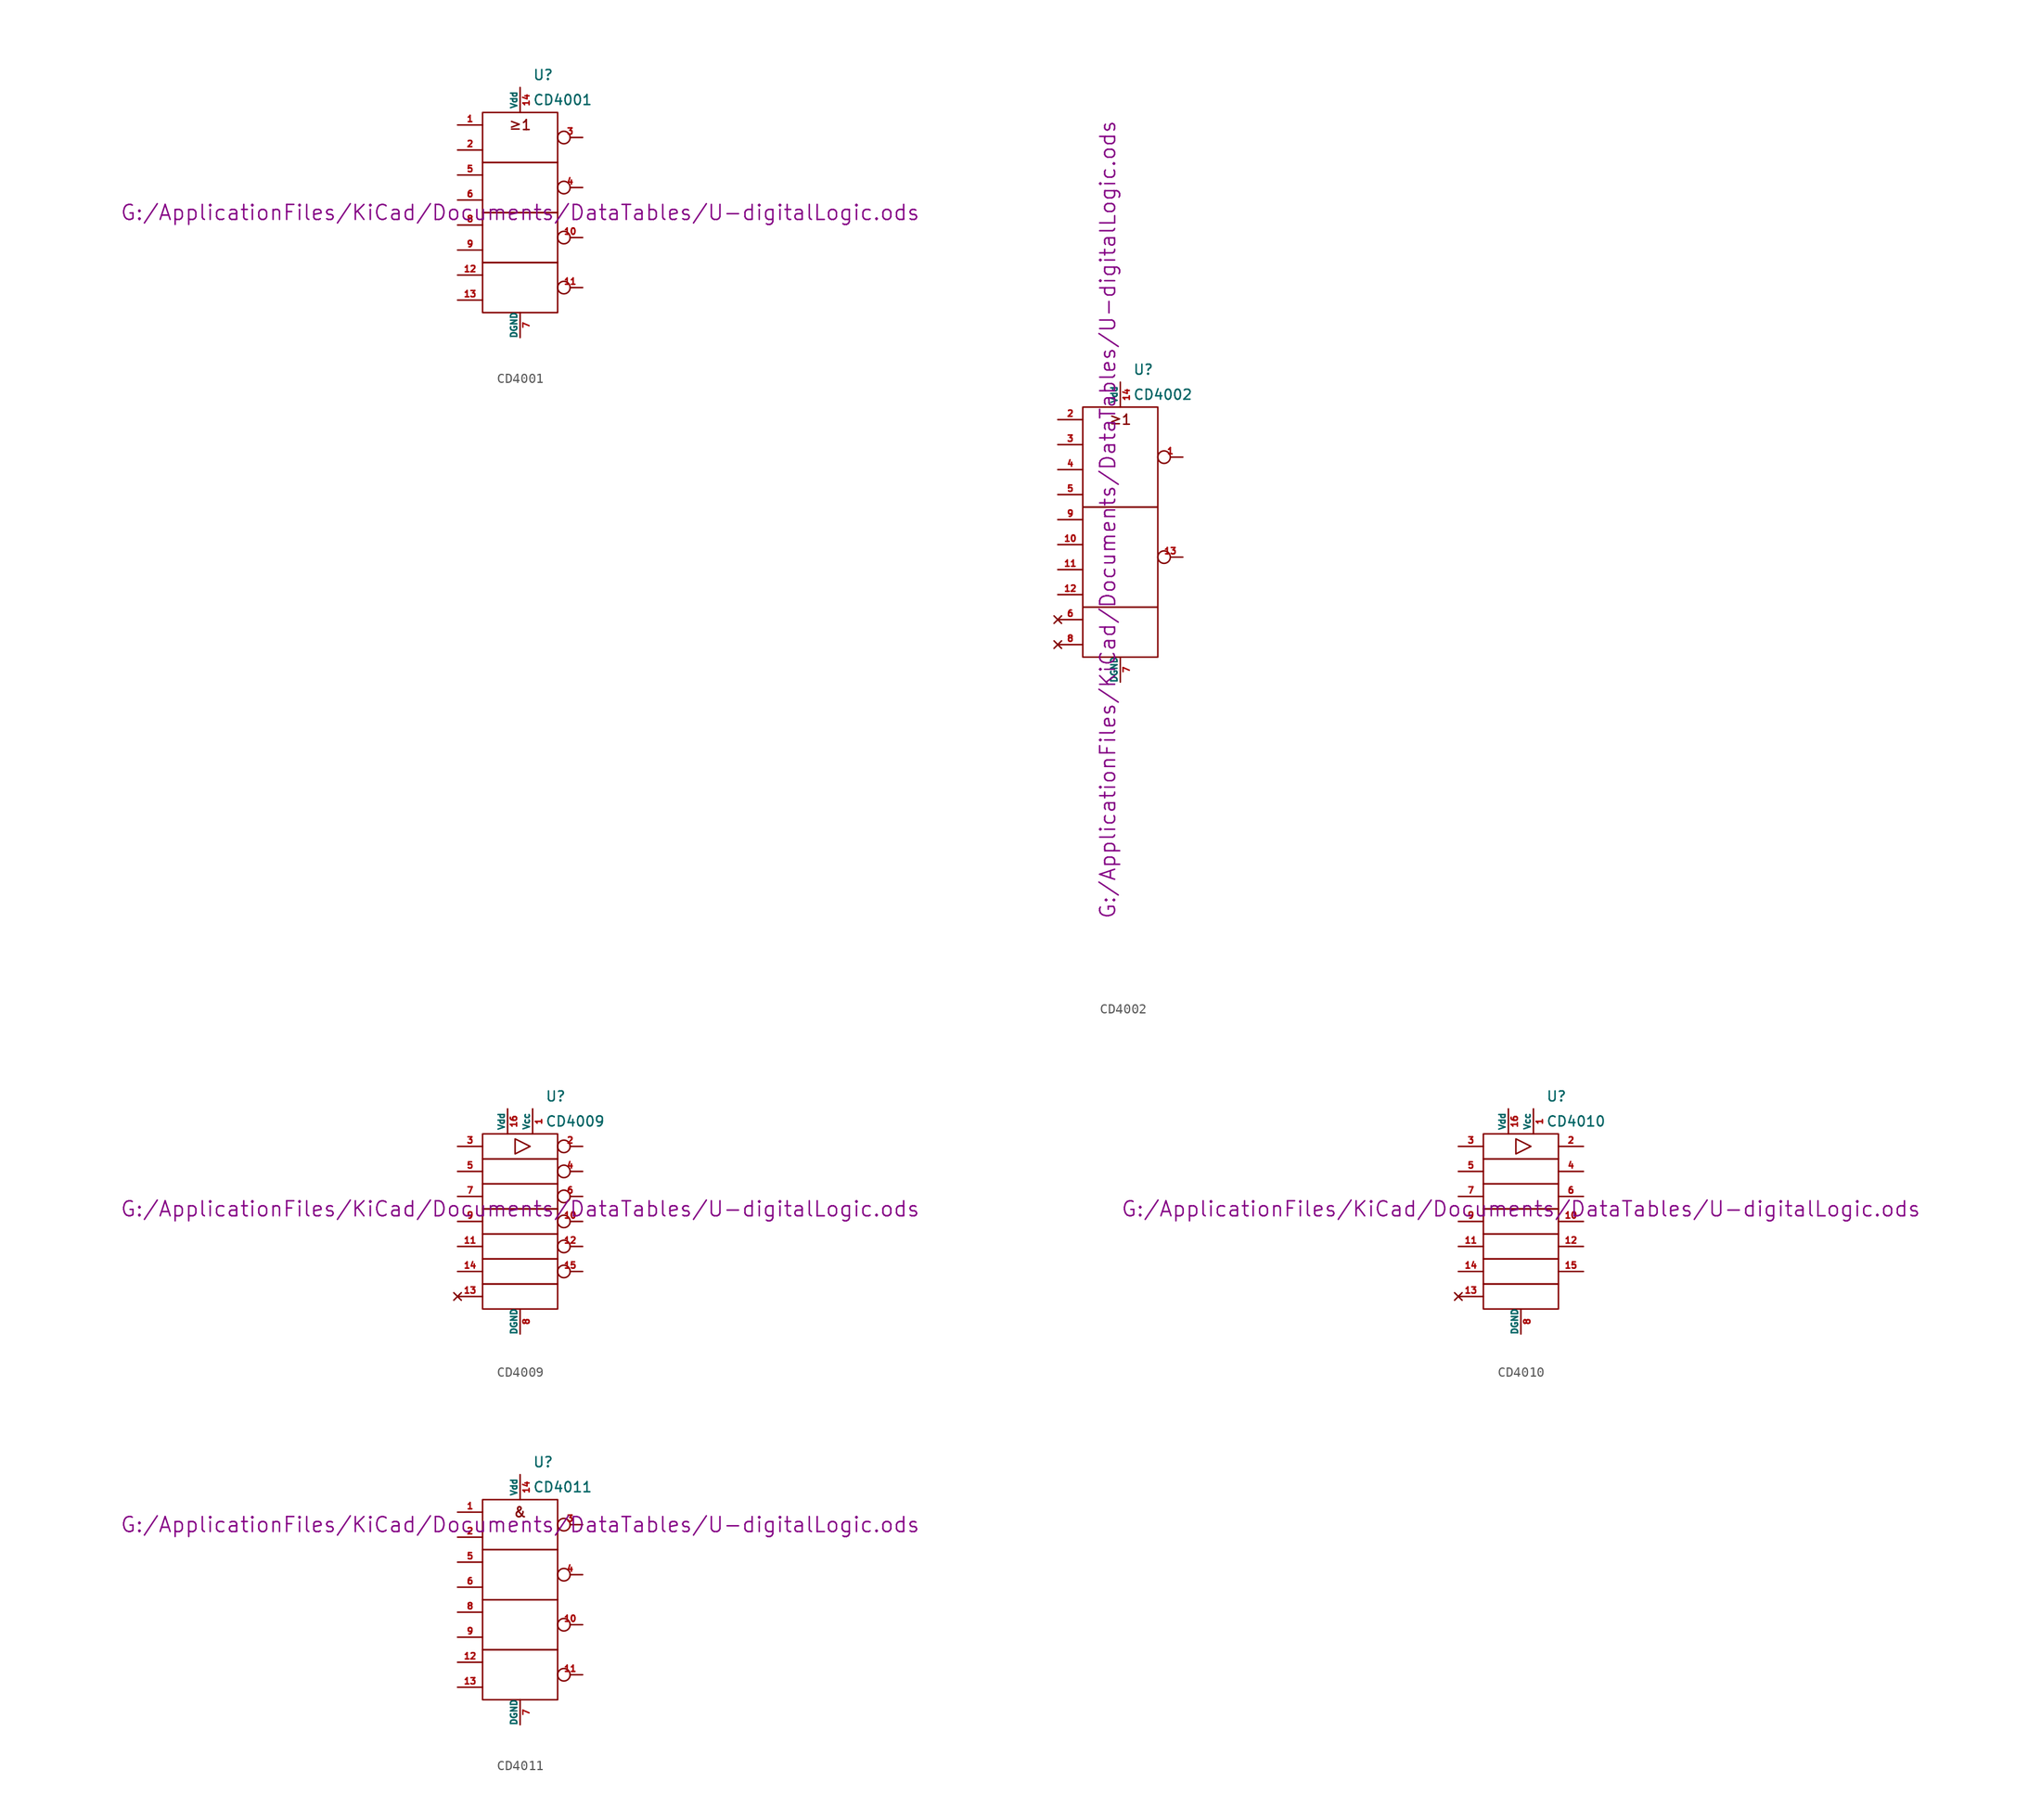
<source format=kicad_sym>
(kicad_symbol_lib
  (version 20211014)
  (generator kicad_symbol_editor)
  (symbol "CD4001"
    (pin_names
      (offset 0))
    (property "Reference" "U"
      (at 1.27 13.97 0)
      (effects (font (size 1.016 1.016)) (justify left)))
    (property "Value" "CD4001"
      (at 1.27 11.43 0)
      (effects (font (size 1.016 1.016)) (justify left)))
    (property "Footprint" ""
      (at 0 0 0)
      (effects (font (size 1.524 1.524))))
    (property "Datasheet" "G:/ApplicationFiles/KiCad/Documents/DataTables/U-digitalLogic.ods"
      (at 0 0 0)
      (effects (font (size 1.524 1.524))))
    (symbol "CD4001_0_0"
      (text "≥1" (at 0 8.89 0) (effects (font (size 1.016 1.016)))))
    (symbol "CD4001_0_1"
      (rectangle (start -3.81 -5.08) (end 3.81 -10.16) (stroke (width 0) (type default) (color 0 0 0 0)) (fill (type none)))
      (rectangle (start -3.81 0) (end 3.81 -5.08) (stroke (width 0) (type default) (color 0 0 0 0)) (fill (type none)))
      (rectangle (start -3.81 5.08) (end 3.81 0) (stroke (width 0) (type default) (color 0 0 0 0)) (fill (type none)))
      (rectangle (start -3.81 10.16) (end 3.81 5.08) (stroke (width 0) (type default) (color 0 0 0 0)) (fill (type none))))
    (symbol "CD4001_1_1"
      (pin input line (at -6.35 8.89 0) (length 2.54) (name "~" (effects (font (size 0.635 0.635)))) (number "1" (effects (font (size 0.635 0.635)))))
      (pin output inverted (at 6.35 -2.54 180) (length 2.54) (name "~" (effects (font (size 0.635 0.635)))) (number "10" (effects (font (size 0.635 0.635)))))
      (pin output inverted (at 6.35 -7.62 180) (length 2.54) (name "~" (effects (font (size 0.635 0.635)))) (number "11" (effects (font (size 0.635 0.635)))))
      (pin input line (at -6.35 -6.35 0) (length 2.54) (name "~" (effects (font (size 0.635 0.635)))) (number "12" (effects (font (size 0.635 0.635)))))
      (pin input line (at -6.35 -8.89 0) (length 2.54) (name "~" (effects (font (size 0.635 0.635)))) (number "13" (effects (font (size 0.635 0.635)))))
      (pin power_in line (at 0 12.7 270) (length 2.54) (name "Vdd" (effects (font (size 0.635 0.635)))) (number "14" (effects (font (size 0.635 0.635)))))
      (pin input line (at -6.35 6.35 0) (length 2.54) (name "~" (effects (font (size 0.635 0.635)))) (number "2" (effects (font (size 0.635 0.635)))))
      (pin output inverted (at 6.35 7.62 180) (length 2.54) (name "~" (effects (font (size 0.635 0.635)))) (number "3" (effects (font (size 0.635 0.635)))))
      (pin output inverted (at 6.35 2.54 180) (length 2.54) (name "~" (effects (font (size 0.635 0.635)))) (number "4" (effects (font (size 0.635 0.635)))))
      (pin input line (at -6.35 3.81 0) (length 2.54) (name "~" (effects (font (size 0.635 0.635)))) (number "5" (effects (font (size 0.635 0.635)))))
      (pin input line (at -6.35 1.27 0) (length 2.54) (name "~" (effects (font (size 0.635 0.635)))) (number "6" (effects (font (size 0.635 0.635)))))
      (pin power_in line (at 0 -12.7 90) (length 2.54) (name "DGND" (effects (font (size 0.635 0.635)))) (number "7" (effects (font (size 0.635 0.635)))))
      (pin input line (at -6.35 -1.27 0) (length 2.54) (name "~" (effects (font (size 0.635 0.635)))) (number "8" (effects (font (size 0.635 0.635)))))
      (pin input line (at -6.35 -3.81 0) (length 2.54) (name "~" (effects (font (size 0.635 0.635)))) (number "9" (effects (font (size 0.635 0.635)))))))
  (symbol "CD4002"
    (pin_names
      (offset 0))
    (property "Reference" "U"
      (at 1.27 16.51 0)
      (effects (font (size 1.016 1.016)) (justify left)))
    (property "Value" "CD4002"
      (at 1.27 13.97 0)
      (effects (font (size 1.016 1.016)) (justify left)))
    (property "Footprint" ""
      (at -1.27 1.27 90)
      (effects (font (size 1.524 1.524))))
    (property "Datasheet" "G:/ApplicationFiles/KiCad/Documents/DataTables/U-digitalLogic.ods"
      (at -1.27 1.27 90)
      (effects (font (size 1.524 1.524))))
    (symbol "CD4002_0_0"
      (rectangle (start -3.81 2.54) (end 3.81 -7.62) (stroke (width 0) (type default) (color 0 0 0 0)) (fill (type none)))
      (rectangle (start -3.81 12.7) (end 3.81 2.54) (stroke (width 0) (type default) (color 0 0 0 0)) (fill (type none)))
      (text "≥1" (at 0 11.43 0) (effects (font (size 1.016 1.016)))))
    (symbol "CD4002_0_1"
      (rectangle (start -3.81 -7.62) (end 3.81 -12.7) (stroke (width 0) (type default) (color 0 0 0 0)) (fill (type none))))
    (symbol "CD4002_1_1"
      (pin output inverted (at 6.35 7.62 180) (length 2.54) (name "~" (effects (font (size 0.635 0.635)))) (number "1" (effects (font (size 0.635 0.635)))))
      (pin input line (at -6.35 -1.27 0) (length 2.54) (name "~" (effects (font (size 0.635 0.635)))) (number "10" (effects (font (size 0.635 0.635)))))
      (pin input line (at -6.35 -3.81 0) (length 2.54) (name "~" (effects (font (size 0.635 0.635)))) (number "11" (effects (font (size 0.635 0.635)))))
      (pin input line (at -6.35 -6.35 0) (length 2.54) (name "~" (effects (font (size 0.635 0.635)))) (number "12" (effects (font (size 0.635 0.635)))))
      (pin output inverted (at 6.35 -2.54 180) (length 2.54) (name "~" (effects (font (size 0.635 0.635)))) (number "13" (effects (font (size 0.635 0.635)))))
      (pin power_in line (at 0 15.24 270) (length 2.54) (name "Vdd" (effects (font (size 0.635 0.635)))) (number "14" (effects (font (size 0.635 0.635)))))
      (pin input line (at -6.35 11.43 0) (length 2.54) (name "~" (effects (font (size 0.635 0.635)))) (number "2" (effects (font (size 0.635 0.635)))))
      (pin input line (at -6.35 8.89 0) (length 2.54) (name "~" (effects (font (size 0.635 0.635)))) (number "3" (effects (font (size 0.635 0.635)))))
      (pin input line (at -6.35 6.35 0) (length 2.54) (name "~" (effects (font (size 0.635 0.635)))) (number "4" (effects (font (size 0.635 0.635)))))
      (pin input line (at -6.35 3.81 0) (length 2.54) (name "~" (effects (font (size 0.635 0.635)))) (number "5" (effects (font (size 0.635 0.635)))))
      (pin no_connect line (at -6.35 -8.89 0) (length 2.54) (name "~" (effects (font (size 0.635 0.635)))) (number "6" (effects (font (size 0.635 0.635)))))
      (pin power_in line (at 0 -15.24 90) (length 2.54) (name "DGND" (effects (font (size 0.635 0.635)))) (number "7" (effects (font (size 0.635 0.635)))))
      (pin no_connect line (at -6.35 -11.43 0) (length 2.54) (name "~" (effects (font (size 0.635 0.635)))) (number "8" (effects (font (size 0.635 0.635)))))
      (pin input line (at -6.35 1.27 0) (length 2.54) (name "~" (effects (font (size 0.635 0.635)))) (number "9" (effects (font (size 0.635 0.635)))))))
  (symbol "CD4009"
    (pin_names
      (offset 0))
    (property "Reference" "U"
      (at 2.54 12.7 0)
      (effects (font (size 1.016 1.016)) (justify left)))
    (property "Value" "CD4009"
      (at 2.54 10.16 0)
      (effects (font (size 1.016 1.016)) (justify left)))
    (property "Footprint" ""
      (at 0 1.27 0)
      (effects (font (size 1.524 1.524))))
    (property "Datasheet" "G:/ApplicationFiles/KiCad/Documents/DataTables/U-digitalLogic.ods"
      (at 0 1.27 0)
      (effects (font (size 1.524 1.524))))
    (symbol "CD4009_0_1"
      (rectangle (start -3.81 -6.35) (end 3.81 -8.89) (stroke (width 0) (type default) (color 0 0 0 0)) (fill (type none)))
      (rectangle (start -3.81 -3.81) (end 3.81 -6.35) (stroke (width 0) (type default) (color 0 0 0 0)) (fill (type none)))
      (rectangle (start -3.81 -1.27) (end 3.81 -3.81) (stroke (width 0) (type default) (color 0 0 0 0)) (fill (type none)))
      (rectangle (start -3.81 1.27) (end 3.81 -1.27) (stroke (width 0) (type default) (color 0 0 0 0)) (fill (type none)))
      (rectangle (start -3.81 3.81) (end 3.81 1.27) (stroke (width 0) (type default) (color 0 0 0 0)) (fill (type none)))
      (rectangle (start -3.81 6.35) (end 3.81 3.81) (stroke (width 0) (type default) (color 0 0 0 0)) (fill (type none)))
      (rectangle (start -3.81 8.89) (end 3.81 6.35) (stroke (width 0) (type default) (color 0 0 0 0)) (fill (type none)))
      (polyline (pts (xy -0.508 6.858) (xy -0.508 8.382) (xy 1.016 7.62) (xy -0.508 6.858)) (stroke (width 0) (type default) (color 0 0 0 0)) (fill (type none))))
    (symbol "CD4009_1_1"
      (pin power_in line (at 1.27 11.43 270) (length 2.54) (name "Vcc" (effects (font (size 0.635 0.635)))) (number "1" (effects (font (size 0.635 0.635)))))
      (pin output inverted (at 6.35 0 180) (length 2.54) (name "~" (effects (font (size 0.635 0.635)))) (number "10" (effects (font (size 0.635 0.635)))))
      (pin input line (at -6.35 -2.54 0) (length 2.54) (name "~" (effects (font (size 0.635 0.635)))) (number "11" (effects (font (size 0.635 0.635)))))
      (pin output inverted (at 6.35 -2.54 180) (length 2.54) (name "~" (effects (font (size 0.635 0.635)))) (number "12" (effects (font (size 0.635 0.635)))))
      (pin no_connect line (at -6.35 -7.62 0) (length 2.54) (name "~" (effects (font (size 0.635 0.635)))) (number "13" (effects (font (size 0.635 0.635)))))
      (pin input line (at -6.35 -5.08 0) (length 2.54) (name "~" (effects (font (size 0.635 0.635)))) (number "14" (effects (font (size 0.635 0.635)))))
      (pin output inverted (at 6.35 -5.08 180) (length 2.54) (name "~" (effects (font (size 0.635 0.635)))) (number "15" (effects (font (size 0.635 0.635)))))
      (pin power_in line (at -1.27 11.43 270) (length 2.54) (name "Vdd" (effects (font (size 0.635 0.635)))) (number "16" (effects (font (size 0.635 0.635)))))
      (pin output inverted (at 6.35 7.62 180) (length 2.54) (name "~" (effects (font (size 0.635 0.635)))) (number "2" (effects (font (size 0.635 0.635)))))
      (pin input line (at -6.35 7.62 0) (length 2.54) (name "~" (effects (font (size 0.635 0.635)))) (number "3" (effects (font (size 0.635 0.635)))))
      (pin output inverted (at 6.35 5.08 180) (length 2.54) (name "~" (effects (font (size 0.635 0.635)))) (number "4" (effects (font (size 0.635 0.635)))))
      (pin input line (at -6.35 5.08 0) (length 2.54) (name "~" (effects (font (size 0.635 0.635)))) (number "5" (effects (font (size 0.635 0.635)))))
      (pin output inverted (at 6.35 2.54 180) (length 2.54) (name "~" (effects (font (size 0.635 0.635)))) (number "6" (effects (font (size 0.635 0.635)))))
      (pin input line (at -6.35 2.54 0) (length 2.54) (name "~" (effects (font (size 0.635 0.635)))) (number "7" (effects (font (size 0.635 0.635)))))
      (pin power_in line (at 0 -11.43 90) (length 2.54) (name "DGND" (effects (font (size 0.635 0.635)))) (number "8" (effects (font (size 0.635 0.635)))))
      (pin input line (at -6.35 0 0) (length 2.54) (name "~" (effects (font (size 0.635 0.635)))) (number "9" (effects (font (size 0.635 0.635)))))))
  (symbol "CD4010"
    (pin_names
      (offset 0))
    (property "Reference" "U"
      (at 2.54 12.7 0)
      (effects (font (size 1.016 1.016)) (justify left)))
    (property "Value" "CD4010"
      (at 2.54 10.16 0)
      (effects (font (size 1.016 1.016)) (justify left)))
    (property "Footprint" ""
      (at 0 1.27 0)
      (effects (font (size 1.524 1.524))))
    (property "Datasheet" "G:/ApplicationFiles/KiCad/Documents/DataTables/U-digitalLogic.ods"
      (at 0 1.27 0)
      (effects (font (size 1.524 1.524))))
    (symbol "CD4010_0_1"
      (rectangle (start -3.81 -6.35) (end 3.81 -8.89) (stroke (width 0) (type default) (color 0 0 0 0)) (fill (type none)))
      (rectangle (start -3.81 -3.81) (end 3.81 -6.35) (stroke (width 0) (type default) (color 0 0 0 0)) (fill (type none)))
      (rectangle (start -3.81 -1.27) (end 3.81 -3.81) (stroke (width 0) (type default) (color 0 0 0 0)) (fill (type none)))
      (rectangle (start -3.81 1.27) (end 3.81 -1.27) (stroke (width 0) (type default) (color 0 0 0 0)) (fill (type none)))
      (rectangle (start -3.81 3.81) (end 3.81 1.27) (stroke (width 0) (type default) (color 0 0 0 0)) (fill (type none)))
      (rectangle (start -3.81 6.35) (end 3.81 3.81) (stroke (width 0) (type default) (color 0 0 0 0)) (fill (type none)))
      (rectangle (start -3.81 8.89) (end 3.81 6.35) (stroke (width 0) (type default) (color 0 0 0 0)) (fill (type none)))
      (polyline (pts (xy -0.508 6.858) (xy -0.508 8.382) (xy 1.016 7.62) (xy -0.508 6.858)) (stroke (width 0) (type default) (color 0 0 0 0)) (fill (type none))))
    (symbol "CD4010_1_1"
      (pin power_in line (at 1.27 11.43 270) (length 2.54) (name "Vcc" (effects (font (size 0.635 0.635)))) (number "1" (effects (font (size 0.635 0.635)))))
      (pin output line (at 6.35 0 180) (length 2.54) (name "~" (effects (font (size 0.635 0.635)))) (number "10" (effects (font (size 0.635 0.635)))))
      (pin input line (at -6.35 -2.54 0) (length 2.54) (name "~" (effects (font (size 0.635 0.635)))) (number "11" (effects (font (size 0.635 0.635)))))
      (pin output line (at 6.35 -2.54 180) (length 2.54) (name "~" (effects (font (size 0.635 0.635)))) (number "12" (effects (font (size 0.635 0.635)))))
      (pin no_connect line (at -6.35 -7.62 0) (length 2.54) (name "~" (effects (font (size 0.635 0.635)))) (number "13" (effects (font (size 0.635 0.635)))))
      (pin input line (at -6.35 -5.08 0) (length 2.54) (name "~" (effects (font (size 0.635 0.635)))) (number "14" (effects (font (size 0.635 0.635)))))
      (pin output line (at 6.35 -5.08 180) (length 2.54) (name "~" (effects (font (size 0.635 0.635)))) (number "15" (effects (font (size 0.635 0.635)))))
      (pin power_in line (at -1.27 11.43 270) (length 2.54) (name "Vdd" (effects (font (size 0.635 0.635)))) (number "16" (effects (font (size 0.635 0.635)))))
      (pin output line (at 6.35 7.62 180) (length 2.54) (name "~" (effects (font (size 0.635 0.635)))) (number "2" (effects (font (size 0.635 0.635)))))
      (pin input line (at -6.35 7.62 0) (length 2.54) (name "~" (effects (font (size 0.635 0.635)))) (number "3" (effects (font (size 0.635 0.635)))))
      (pin output line (at 6.35 5.08 180) (length 2.54) (name "~" (effects (font (size 0.635 0.635)))) (number "4" (effects (font (size 0.635 0.635)))))
      (pin input line (at -6.35 5.08 0) (length 2.54) (name "~" (effects (font (size 0.635 0.635)))) (number "5" (effects (font (size 0.635 0.635)))))
      (pin output line (at 6.35 2.54 180) (length 2.54) (name "~" (effects (font (size 0.635 0.635)))) (number "6" (effects (font (size 0.635 0.635)))))
      (pin input line (at -6.35 2.54 0) (length 2.54) (name "~" (effects (font (size 0.635 0.635)))) (number "7" (effects (font (size 0.635 0.635)))))
      (pin power_in line (at 0 -11.43 90) (length 2.54) (name "DGND" (effects (font (size 0.635 0.635)))) (number "8" (effects (font (size 0.635 0.635)))))
      (pin input line (at -6.35 0 0) (length 2.54) (name "~" (effects (font (size 0.635 0.635)))) (number "9" (effects (font (size 0.635 0.635)))))))
  (symbol "CD4011"
    (pin_names
      (offset 0))
    (property "Reference" "U"
      (at 1.27 13.97 0)
      (effects (font (size 1.016 1.016)) (justify left)))
    (property "Value" "CD4011"
      (at 1.27 11.43 0)
      (effects (font (size 1.016 1.016)) (justify left)))
    (property "Footprint" ""
      (at 0 7.62 0)
      (effects (font (size 1.524 1.524))))
    (property "Datasheet" "G:/ApplicationFiles/KiCad/Documents/DataTables/U-digitalLogic.ods"
      (at 0 7.62 0)
      (effects (font (size 1.524 1.524))))
    (symbol "CD4011_0_0"
      (text "&" (at 0 8.89 0) (effects (font (size 1.016 1.016)))))
    (symbol "CD4011_0_1"
      (rectangle (start -3.81 -5.08) (end 3.81 -10.16) (stroke (width 0) (type default) (color 0 0 0 0)) (fill (type none)))
      (rectangle (start -3.81 0) (end 3.81 -5.08) (stroke (width 0) (type default) (color 0 0 0 0)) (fill (type none)))
      (rectangle (start -3.81 5.08) (end 3.81 0) (stroke (width 0) (type default) (color 0 0 0 0)) (fill (type none)))
      (rectangle (start -3.81 10.16) (end 3.81 5.08) (stroke (width 0) (type default) (color 0 0 0 0)) (fill (type none))))
    (symbol "CD4011_1_1"
      (pin input line (at -6.35 8.89 0) (length 2.54) (name "~" (effects (font (size 0.635 0.635)))) (number "1" (effects (font (size 0.635 0.635)))))
      (pin output inverted (at 6.35 -2.54 180) (length 2.54) (name "~" (effects (font (size 0.635 0.635)))) (number "10" (effects (font (size 0.635 0.635)))))
      (pin output inverted (at 6.35 -7.62 180) (length 2.54) (name "~" (effects (font (size 0.635 0.635)))) (number "11" (effects (font (size 0.635 0.635)))))
      (pin input line (at -6.35 -6.35 0) (length 2.54) (name "~" (effects (font (size 0.635 0.635)))) (number "12" (effects (font (size 0.635 0.635)))))
      (pin input line (at -6.35 -8.89 0) (length 2.54) (name "~" (effects (font (size 0.635 0.635)))) (number "13" (effects (font (size 0.635 0.635)))))
      (pin power_in line (at 0 12.7 270) (length 2.54) (name "Vdd" (effects (font (size 0.635 0.635)))) (number "14" (effects (font (size 0.635 0.635)))))
      (pin input line (at -6.35 6.35 0) (length 2.54) (name "~" (effects (font (size 0.635 0.635)))) (number "2" (effects (font (size 0.635 0.635)))))
      (pin output inverted (at 6.35 7.62 180) (length 2.54) (name "~" (effects (font (size 0.635 0.635)))) (number "3" (effects (font (size 0.635 0.635)))))
      (pin output inverted (at 6.35 2.54 180) (length 2.54) (name "~" (effects (font (size 0.635 0.635)))) (number "4" (effects (font (size 0.635 0.635)))))
      (pin input line (at -6.35 3.81 0) (length 2.54) (name "~" (effects (font (size 0.635 0.635)))) (number "5" (effects (font (size 0.635 0.635)))))
      (pin input line (at -6.35 1.27 0) (length 2.54) (name "~" (effects (font (size 0.635 0.635)))) (number "6" (effects (font (size 0.635 0.635)))))
      (pin power_in line (at 0 -12.7 90) (length 2.54) (name "DGND" (effects (font (size 0.635 0.635)))) (number "7" (effects (font (size 0.635 0.635)))))
      (pin input line (at -6.35 -1.27 0) (length 2.54) (name "~" (effects (font (size 0.635 0.635)))) (number "8" (effects (font (size 0.635 0.635)))))
      (pin input line (at -6.35 -3.81 0) (length 2.54) (name "~" (effects (font (size 0.635 0.635)))) (number "9" (effects (font (size 0.635 0.635))))))))
</source>
